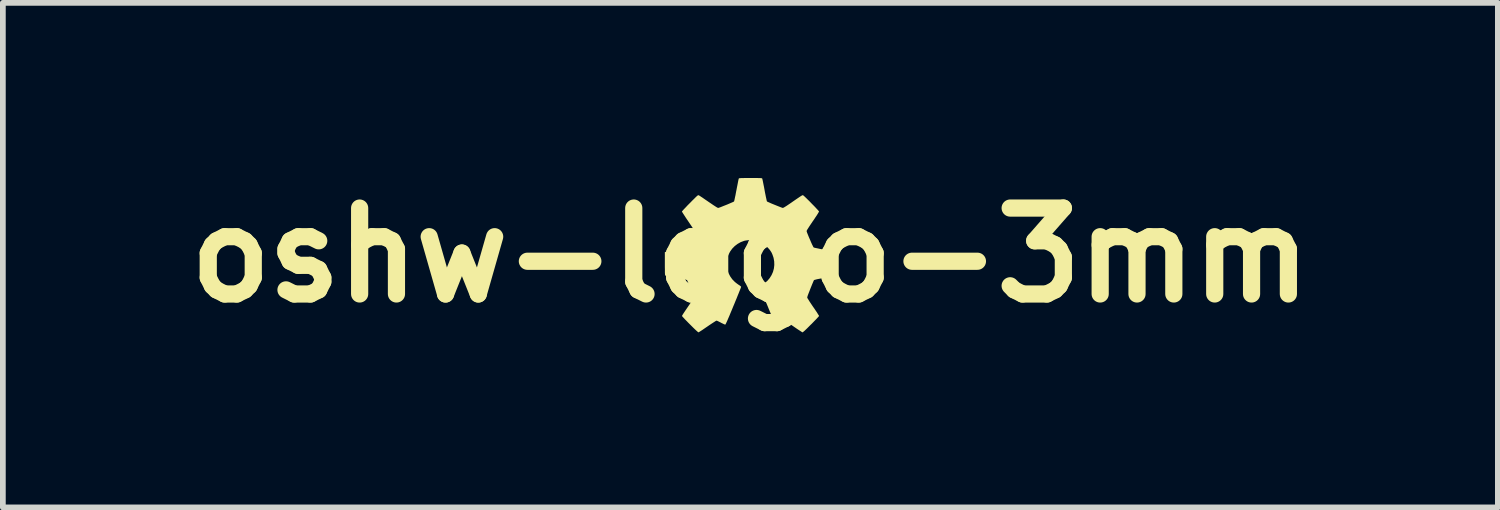
<source format=kicad_pcb>
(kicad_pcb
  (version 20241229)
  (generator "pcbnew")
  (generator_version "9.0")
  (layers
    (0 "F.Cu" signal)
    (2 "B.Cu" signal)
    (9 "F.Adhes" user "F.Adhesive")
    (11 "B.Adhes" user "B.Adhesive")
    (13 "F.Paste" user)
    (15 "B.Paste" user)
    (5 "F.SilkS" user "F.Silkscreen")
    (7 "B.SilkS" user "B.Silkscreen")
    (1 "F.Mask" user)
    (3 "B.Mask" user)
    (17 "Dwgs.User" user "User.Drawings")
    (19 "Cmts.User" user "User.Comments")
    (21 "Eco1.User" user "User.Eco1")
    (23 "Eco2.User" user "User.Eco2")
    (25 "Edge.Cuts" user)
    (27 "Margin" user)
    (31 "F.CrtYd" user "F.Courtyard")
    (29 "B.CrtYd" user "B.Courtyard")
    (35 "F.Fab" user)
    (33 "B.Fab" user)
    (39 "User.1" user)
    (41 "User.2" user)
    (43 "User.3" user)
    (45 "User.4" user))
  (footprint "oshw-logo-3mm"
    (layer "F.Cu")
    (at 10.05 1.404)
    (property "Reference" "oshw-logo-3mm" (at 0 0 0) (layer "F.SilkS") (effects (font (size 1.5 1.5) (thickness 0.3))))
    (attr board_only exclude_from_pos_files exclude_from_bom)
    (fp_poly (pts (xy 0.053 -1.346) (xy 0.094 -1.346) (xy 0.127 -1.346) (xy 0.152 -1.345) (xy 0.171 -1.345) (xy 0.185 -1.344) (xy 0.195 -1.343) (xy 0.201 -1.341) (xy 0.205 -1.34) (xy 0.207 -1.337) (xy 0.207 -1.336) (xy 0.209 -1.329) (xy 0.213 -1.313) (xy 0.218 -1.29) (xy 0.224 -1.26) (xy 0.231 -1.224) (xy 0.239 -1.185) (xy 0.247 -1.142) (xy 0.248 -1.135) (xy 0.256 -1.092) (xy 0.264 -1.052) (xy 0.271 -1.017) (xy 0.278 -0.986) (xy 0.283 -0.962) (xy 0.287 -0.945) (xy 0.29 -0.938) (xy 0.29 -0.937) (xy 0.297 -0.933) (xy 0.312 -0.926) (xy 0.333 -0.917) (xy 0.359 -0.905) (xy 0.388 -0.893) (xy 0.42 -0.88) (xy 0.452 -0.867) (xy 0.482 -0.855) (xy 0.51 -0.844) (xy 0.535 -0.834) (xy 0.553 -0.828) (xy 0.565 -0.824) (xy 0.567 -0.824) (xy 0.574 -0.826) (xy 0.588 -0.833) (xy 0.608 -0.845) (xy 0.635 -0.862) (xy 0.669 -0.885) (xy 0.712 -0.914) (xy 0.736 -0.931) (xy 0.778 -0.96) (xy 0.813 -0.984) (xy 0.841 -1.003) (xy 0.863 -1.018) (xy 0.88 -1.029) (xy 0.893 -1.037) (xy 0.902 -1.042) (xy 0.908 -1.045) (xy 0.913 -1.046) (xy 0.916 -1.046) (xy 0.919 -1.046) (xy 0.92 -1.045) (xy 0.926 -1.041) (xy 0.939 -1.03) (xy 0.956 -1.014) (xy 0.977 -0.994) (xy 1.001 -0.97) (xy 1.028 -0.944) (xy 1.055 -0.916) (xy 1.082 -0.888) (xy 1.109 -0.861) (xy 1.134 -0.835) (xy 1.156 -0.811) (xy 1.175 -0.791) (xy 1.189 -0.775) (xy 1.197 -0.765) (xy 1.199 -0.761) (xy 1.196 -0.755) (xy 1.188 -0.741) (xy 1.176 -0.721) (xy 1.16 -0.695) (xy 1.14 -0.666) (xy 1.118 -0.632) (xy 1.094 -0.597) (xy 1.09 -0.592) (xy 1.058 -0.544) (xy 1.031 -0.504) (xy 1.01 -0.471) (xy 0.994 -0.446) (xy 0.985 -0.429) (xy 0.982 -0.421) (xy 0.982 -0.42) (xy 0.984 -0.411) (xy 0.989 -0.395) (xy 0.998 -0.372) (xy 1.009 -0.345) (xy 1.021 -0.315) (xy 1.035 -0.283) (xy 1.049 -0.251) (xy 1.062 -0.22) (xy 1.075 -0.191) (xy 1.087 -0.167) (xy 1.096 -0.148) (xy 1.103 -0.137) (xy 1.106 -0.134) (xy 1.113 -0.131) (xy 1.129 -0.127) (xy 1.153 -0.122) (xy 1.182 -0.116) (xy 1.218 -0.108) (xy 1.257 -0.101) (xy 1.295 -0.094) (xy 1.337 -0.086) (xy 1.376 -0.078) (xy 1.411 -0.072) (xy 1.441 -0.066) (xy 1.464 -0.061) (xy 1.48 -0.057) (xy 1.486 -0.056) (xy 1.498 -0.051) (xy 1.498 0.151) (xy 1.498 0.202) (xy 1.498 0.243) (xy 1.497 0.277) (xy 1.497 0.302) (xy 1.496 0.322) (xy 1.496 0.336) (xy 1.494 0.346) (xy 1.493 0.352) (xy 1.491 0.355) (xy 1.489 0.357) (xy 1.489 0.357) (xy 1.482 0.359) (xy 1.466 0.362) (xy 1.443 0.367) (xy 1.413 0.373) (xy 1.378 0.38) (xy 1.339 0.387) (xy 1.298 0.395) (xy 1.247 0.405) (xy 1.206 0.413) (xy 1.173 0.419) (xy 1.148 0.425) (xy 1.13 0.43) (xy 1.118 0.433) (xy 1.111 0.436) (xy 1.11 0.438) (xy 1.107 0.444) (xy 1.1 0.459) (xy 1.091 0.481) (xy 1.079 0.509) (xy 1.066 0.541) (xy 1.052 0.576) (xy 1.047 0.588) (xy 1.029 0.635) (xy 1.014 0.673) (xy 1.003 0.702) (xy 0.996 0.724) (xy 0.993 0.738) (xy 0.993 0.743) (xy 0.996 0.75) (xy 1.005 0.764) (xy 1.018 0.785) (xy 1.034 0.811) (xy 1.054 0.841) (xy 1.076 0.874) (xy 1.097 0.905) (xy 1.121 0.939) (xy 1.142 0.971) (xy 1.162 1) (xy 1.177 1.025) (xy 1.189 1.044) (xy 1.197 1.056) (xy 1.199 1.062) (xy 1.196 1.067) (xy 1.186 1.079) (xy 1.17 1.096) (xy 1.15 1.118) (xy 1.125 1.143) (xy 1.097 1.172) (xy 1.067 1.203) (xy 1.058 1.211) (xy 1.022 1.247) (xy 0.992 1.277) (xy 0.967 1.301) (xy 0.948 1.319) (xy 0.933 1.332) (xy 0.922 1.341) (xy 0.915 1.346) (xy 0.91 1.348) (xy 0.908 1.348) (xy 0.901 1.344) (xy 0.888 1.335) (xy 0.868 1.322) (xy 0.843 1.306) (xy 0.813 1.286) (xy 0.781 1.264) (xy 0.752 1.244) (xy 0.717 1.22) (xy 0.685 1.199) (xy 0.657 1.18) (xy 0.632 1.164) (xy 0.613 1.153) (xy 0.601 1.145) (xy 0.596 1.144) (xy 0.588 1.146) (xy 0.573 1.152) (xy 0.553 1.162) (xy 0.53 1.174) (xy 0.519 1.179) (xy 0.495 1.192) (xy 0.474 1.202) (xy 0.457 1.209) (xy 0.446 1.213) (xy 0.444 1.213) (xy 0.441 1.211) (xy 0.436 1.204) (xy 0.43 1.193) (xy 0.422 1.176) (xy 0.412 1.153) (xy 0.399 1.123) (xy 0.383 1.087) (xy 0.365 1.043) (xy 0.343 0.991) (xy 0.318 0.931) (xy 0.301 0.889) (xy 0.278 0.834) (xy 0.257 0.783) (xy 0.237 0.734) (xy 0.219 0.69) (xy 0.203 0.651) (xy 0.19 0.617) (xy 0.179 0.59) (xy 0.172 0.571) (xy 0.168 0.559) (xy 0.167 0.556) (xy 0.171 0.547) (xy 0.183 0.536) (xy 0.188 0.532) (xy 0.203 0.523) (xy 0.222 0.509) (xy 0.242 0.495) (xy 0.246 0.492) (xy 0.296 0.45) (xy 0.337 0.402) (xy 0.37 0.349) (xy 0.395 0.293) (xy 0.411 0.233) (xy 0.418 0.172) (xy 0.416 0.109) (xy 0.405 0.047) (xy 0.387 -0.006) (xy 0.372 -0.041) (xy 0.353 -0.072) (xy 0.33 -0.103) (xy 0.3 -0.135) (xy 0.293 -0.142) (xy 0.249 -0.182) (xy 0.202 -0.213) (xy 0.151 -0.236) (xy 0.114 -0.249) (xy 0.078 -0.256) (xy 0.035 -0.261) (xy -0.009 -0.261) (xy -0.053 -0.259) (xy -0.093 -0.253) (xy -0.109 -0.249) (xy -0.168 -0.227) (xy -0.223 -0.196) (xy -0.273 -0.158) (xy -0.317 -0.113) (xy -0.353 -0.063) (xy -0.382 -0.008) (xy -0.402 0.051) (xy -0.405 0.068) (xy -0.413 0.132) (xy -0.412 0.195) (xy -0.401 0.256) (xy -0.381 0.315) (xy -0.352 0.371) (xy -0.316 0.422) (xy -0.271 0.468) (xy -0.241 0.492) (xy -0.222 0.506) (xy -0.202 0.52) (xy -0.186 0.53) (xy -0.183 0.532) (xy -0.169 0.543) (xy -0.162 0.553) (xy -0.162 0.556) (xy -0.164 0.562) (xy -0.169 0.577) (xy -0.178 0.6) (xy -0.19 0.629) (xy -0.204 0.665) (xy -0.221 0.706) (xy -0.239 0.752) (xy -0.26 0.802) (xy -0.281 0.854) (xy -0.296 0.889) (xy -0.323 0.955) (xy -0.347 1.012) (xy -0.367 1.061) (xy -0.385 1.102) (xy -0.399 1.135) (xy -0.411 1.162) (xy -0.421 1.183) (xy -0.428 1.198) (xy -0.433 1.207) (xy -0.437 1.212) (xy -0.438 1.213) (xy -0.446 1.211) (xy -0.461 1.206) (xy -0.48 1.196) (xy -0.504 1.185) (xy -0.514 1.179) (xy -0.538 1.167) (xy -0.56 1.156) (xy -0.577 1.148) (xy -0.588 1.144) (xy -0.591 1.144) (xy -0.597 1.146) (xy -0.611 1.154) (xy -0.631 1.167) (xy -0.656 1.183) (xy -0.685 1.202) (xy -0.718 1.224) (xy -0.747 1.244) (xy -0.781 1.267) (xy -0.813 1.289) (xy -0.842 1.309) (xy -0.867 1.325) (xy -0.886 1.337) (xy -0.898 1.345) (xy -0.903 1.348) (xy -0.906 1.348) (xy -0.912 1.344) (xy -0.921 1.338) (xy -0.933 1.327) (xy -0.95 1.312) (xy -0.971 1.292) (xy -0.998 1.266) (xy -1.03 1.234) (xy -1.053 1.211) (xy -1.084 1.18) (xy -1.113 1.15) (xy -1.139 1.124) (xy -1.16 1.101) (xy -1.177 1.083) (xy -1.189 1.069) (xy -1.194 1.062) (xy -1.194 1.062) (xy -1.191 1.056) (xy -1.183 1.042) (xy -1.171 1.022) (xy -1.155 0.998) (xy -1.135 0.968) (xy -1.113 0.936) (xy -1.092 0.905) (xy -1.068 0.87) (xy -1.046 0.837) (xy -1.027 0.808) (xy -1.011 0.782) (xy -0.998 0.762) (xy -0.99 0.749) (xy -0.988 0.743) (xy -0.989 0.734) (xy -0.993 0.718) (xy -1.001 0.693) (xy -1.013 0.661) (xy -1.029 0.62) (xy -1.042 0.588) (xy -1.057 0.552) (xy -1.07 0.519) (xy -1.082 0.49) (xy -1.092 0.466) (xy -1.1 0.448) (xy -1.104 0.439) (xy -1.105 0.438) (xy -1.109 0.435) (xy -1.119 0.431) (xy -1.134 0.427) (xy -1.156 0.422) (xy -1.185 0.416) (xy -1.223 0.408) (xy -1.269 0.399) (xy -1.293 0.395) (xy -1.335 0.387) (xy -1.374 0.379) (xy -1.409 0.373) (xy -1.438 0.367) (xy -1.462 0.362) (xy -1.477 0.359) (xy -1.484 0.357) (xy -1.486 0.355) (xy -1.488 0.352) (xy -1.489 0.347) (xy -1.49 0.338) (xy -1.491 0.324) (xy -1.492 0.305) (xy -1.492 0.28) (xy -1.492 0.248) (xy -1.493 0.207) (xy -1.493 0.158) (xy -1.493 0.151) (xy -1.493 -0.051) (xy -1.481 -0.056) (xy -1.474 -0.058) (xy -1.458 -0.061) (xy -1.434 -0.066) (xy -1.404 -0.072) (xy -1.368 -0.079) (xy -1.329 -0.086) (xy -1.29 -0.094) (xy -1.249 -0.101) (xy -1.21 -0.109) (xy -1.175 -0.116) (xy -1.146 -0.122) (xy -1.123 -0.127) (xy -1.107 -0.131) (xy -1.101 -0.134) (xy -1.096 -0.14) (xy -1.088 -0.154) (xy -1.078 -0.175) (xy -1.066 -0.201) (xy -1.053 -0.23) (xy -1.039 -0.262) (xy -1.025 -0.294) (xy -1.011 -0.326) (xy -0.999 -0.355) (xy -0.989 -0.381) (xy -0.982 -0.401) (xy -0.977 -0.415) (xy -0.977 -0.42) (xy -0.98 -0.429) (xy -0.989 -0.445) (xy -1.003 -0.469) (xy -1.024 -0.501) (xy -1.051 -0.541) (xy -1.083 -0.588) (xy -1.085 -0.592) (xy -1.11 -0.628) (xy -1.132 -0.661) (xy -1.152 -0.692) (xy -1.169 -0.718) (xy -1.182 -0.739) (xy -1.191 -0.753) (xy -1.194 -0.76) (xy -1.194 -0.761) (xy -1.191 -0.767) (xy -1.181 -0.778) (xy -1.166 -0.795) (xy -1.146 -0.816) (xy -1.123 -0.84) (xy -1.098 -0.867) (xy -1.071 -0.894) (xy -1.043 -0.922) (xy -1.016 -0.95) (xy -0.99 -0.975) (xy -0.967 -0.998) (xy -0.947 -1.018) (xy -0.93 -1.033) (xy -0.919 -1.042) (xy -0.915 -1.045) (xy -0.912 -1.046) (xy -0.909 -1.046) (xy -0.905 -1.045) (xy -0.899 -1.043) (xy -0.891 -1.039) (xy -0.879 -1.032) (xy -0.864 -1.021) (xy -0.843 -1.008) (xy -0.817 -0.99) (xy -0.784 -0.967) (xy -0.744 -0.94) (xy -0.73 -0.93) (xy -0.684 -0.899) (xy -0.646 -0.873) (xy -0.615 -0.853) (xy -0.592 -0.838) (xy -0.575 -0.829) (xy -0.565 -0.824) (xy -0.562 -0.824) (xy -0.554 -0.826) (xy -0.538 -0.831) (xy -0.516 -0.839) (xy -0.489 -0.85) (xy -0.459 -0.862) (xy -0.428 -0.874) (xy -0.396 -0.887) (xy -0.366 -0.9) (xy -0.338 -0.912) (xy -0.315 -0.922) (xy -0.297 -0.93) (xy -0.287 -0.936) (xy -0.285 -0.937) (xy -0.283 -0.943) (xy -0.279 -0.958) (xy -0.274 -0.981) (xy -0.268 -1.011) (xy -0.26 -1.046) (xy -0.253 -1.085) (xy -0.245 -1.127) (xy -0.243 -1.135) (xy -0.235 -1.178) (xy -0.227 -1.218) (xy -0.22 -1.254) (xy -0.214 -1.285) (xy -0.209 -1.31) (xy -0.205 -1.327) (xy -0.202 -1.336) (xy -0.202 -1.336) (xy -0.201 -1.338) (xy -0.198 -1.341) (xy -0.193 -1.342) (xy -0.185 -1.343) (xy -0.174 -1.344) (xy -0.157 -1.345) (xy -0.135 -1.345) (xy -0.106 -1.346) (xy -0.069 -1.346) (xy -0.024 -1.346) (xy 0.003 -1.346)) (stroke (width 0) (type solid)) (fill yes) (layer "F.SilkS")))
  (gr_rect
    (start -3 -3)
    (end 23.1 5.808)
    (stroke (width 0.1) (type default))
    (fill no)
    (layer "Edge.Cuts")))
</source>
